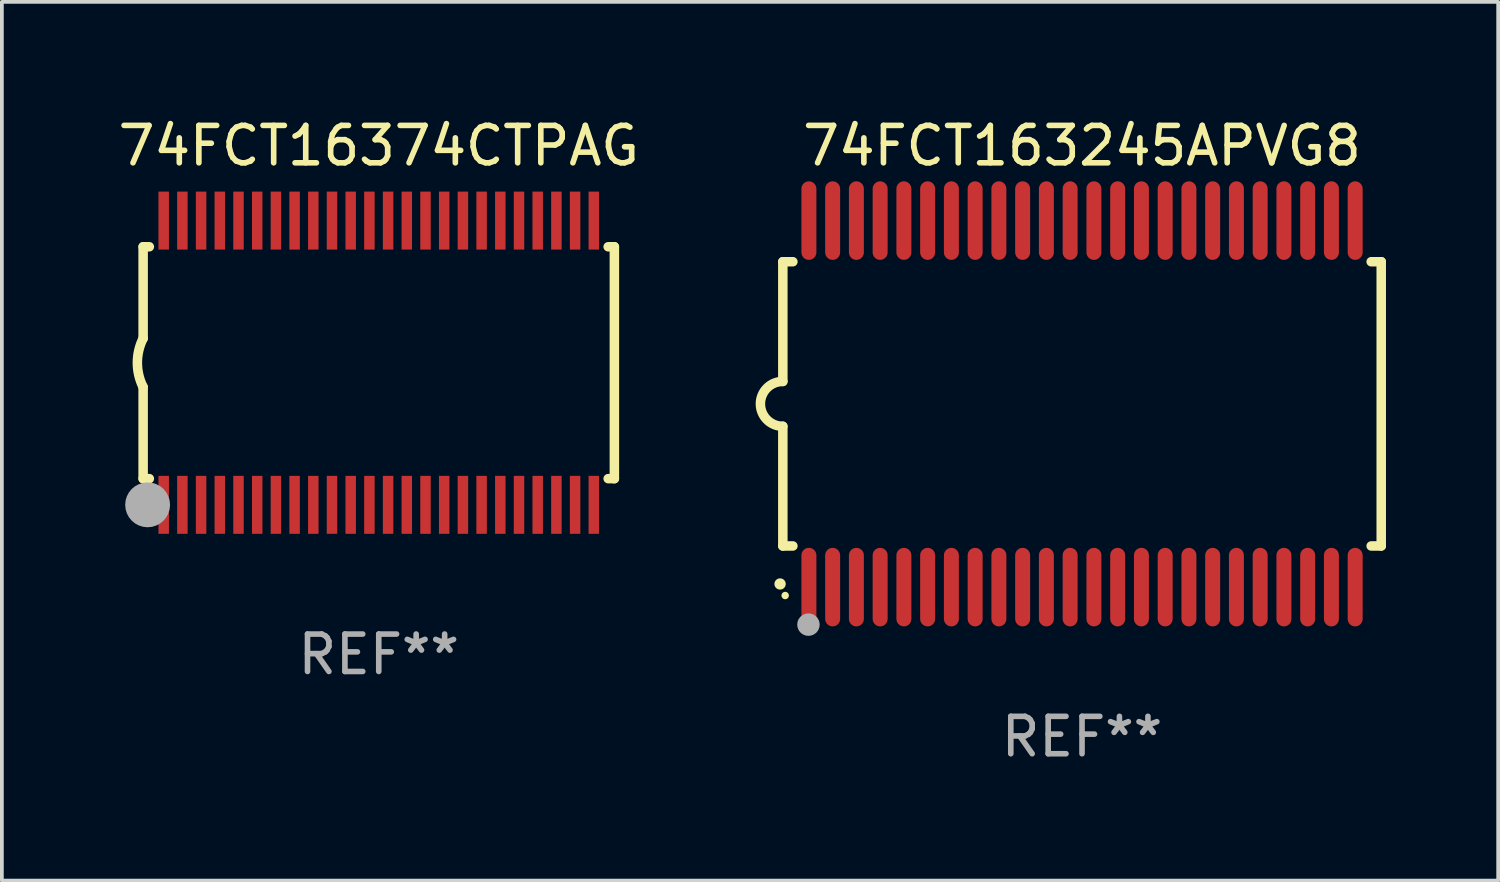
<source format=kicad_pcb>
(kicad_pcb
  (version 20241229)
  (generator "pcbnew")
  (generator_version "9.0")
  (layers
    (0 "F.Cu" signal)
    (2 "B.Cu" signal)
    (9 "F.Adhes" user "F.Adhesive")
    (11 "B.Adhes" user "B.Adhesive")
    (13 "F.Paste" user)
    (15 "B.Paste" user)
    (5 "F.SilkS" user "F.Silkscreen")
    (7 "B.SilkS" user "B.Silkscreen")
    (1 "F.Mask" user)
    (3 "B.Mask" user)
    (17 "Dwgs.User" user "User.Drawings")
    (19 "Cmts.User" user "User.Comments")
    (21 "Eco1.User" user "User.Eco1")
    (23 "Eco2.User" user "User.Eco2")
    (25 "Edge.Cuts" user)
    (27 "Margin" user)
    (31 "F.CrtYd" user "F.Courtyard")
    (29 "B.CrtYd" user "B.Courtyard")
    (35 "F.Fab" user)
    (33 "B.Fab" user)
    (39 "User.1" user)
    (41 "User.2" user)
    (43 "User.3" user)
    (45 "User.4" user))
  (footprint "74FCT163245APVG8"
    (layer "F.Cu")
    (at 25.881 7.748)
    (property "Reference" "74FCT163245APVG8" (at 0 -6.9 0) (layer "F.SilkS") (effects (font (size 1 1) (thickness 0.15))))
    (attr through_hole)
    (fp_line (start -8 -3.8) (end -8 -0.599) (stroke (width 0.254) (type solid)) (layer "F.SilkS"))
    (fp_line (start -8 -3.8) (end -7.731 -3.8) (stroke (width 0.254) (type solid)) (layer "F.SilkS"))
    (fp_line (start -8 3.8) (end -8 0.599) (stroke (width 0.254) (type solid)) (layer "F.SilkS"))
    (fp_line (start -7.731 3.8) (end -8 3.8) (stroke (width 0.254) (type solid)) (layer "F.SilkS"))
    (fp_line (start 7.731 -3.8) (end 8 -3.8) (stroke (width 0.254) (type solid)) (layer "F.SilkS"))
    (fp_line (start 8 -3.8) (end 8 3.8) (stroke (width 0.254) (type solid)) (layer "F.SilkS"))
    (fp_line (start 8 3.8) (end 7.731 3.8) (stroke (width 0.254) (type solid)) (layer "F.SilkS"))
    (fp_arc (start -8.074676 4.81585) (mid -8.073406 4.815845) (end -8.072136 4.81585) (stroke (width 0.3) (type solid)) (layer "F.SilkS"))
    (fp_arc (start -8.000025 0.6) (mid -8.598908 0.00056) (end -8.000027 -0.598882) (stroke (width 0.254001) (type solid)) (layer "F.SilkS"))
    (fp_circle (center -7.937 5.125) (end -7.887 5.125) (stroke (width 0.1) (type solid)) (fill no) (layer "F.SilkS"))
    (fp_circle (center -7.315 5.903) (end -7.165 5.903) (stroke (width 0.3) (type solid)) (fill no) (layer "F.Fab"))
    (fp_text user "REF**" (at 0 8.9 0) (layer "F.Fab") (effects (font (size 1 1) (thickness 0.15))))
    (pad "1" smd oval (at -7.303 4.9) (size 0.4 2.1) (layers "F.Cu" "F.Mask" "F.Paste"))
    (pad "2" smd oval (at -6.668 4.9) (size 0.4 2.1) (layers "F.Cu" "F.Mask" "F.Paste"))
    (pad "3" smd oval (at -6.033 4.9) (size 0.4 2.1) (layers "F.Cu" "F.Mask" "F.Paste"))
    (pad "4" smd oval (at -5.398 4.9) (size 0.4 2.1) (layers "F.Cu" "F.Mask" "F.Paste"))
    (pad "5" smd oval (at -4.763 4.9) (size 0.4 2.1) (layers "F.Cu" "F.Mask" "F.Paste"))
    (pad "6" smd oval (at -4.128 4.9) (size 0.4 2.1) (layers "F.Cu" "F.Mask" "F.Paste"))
    (pad "7" smd oval (at -3.493 4.9) (size 0.4 2.1) (layers "F.Cu" "F.Mask" "F.Paste"))
    (pad "8" smd oval (at -2.858 4.9) (size 0.4 2.1) (layers "F.Cu" "F.Mask" "F.Paste"))
    (pad "9" smd oval (at -2.223 4.9) (size 0.4 2.1) (layers "F.Cu" "F.Mask" "F.Paste"))
    (pad "10" smd oval (at -1.588 4.9) (size 0.4 2.1) (layers "F.Cu" "F.Mask" "F.Paste"))
    (pad "11" smd oval (at -0.953 4.9) (size 0.4 2.1) (layers "F.Cu" "F.Mask" "F.Paste"))
    (pad "12" smd oval (at -0.318 4.9) (size 0.4 2.1) (layers "F.Cu" "F.Mask" "F.Paste"))
    (pad "13" smd oval (at 0.318 4.9) (size 0.4 2.1) (layers "F.Cu" "F.Mask" "F.Paste"))
    (pad "14" smd oval (at 0.953 4.9) (size 0.4 2.1) (layers "F.Cu" "F.Mask" "F.Paste"))
    (pad "15" smd oval (at 1.588 4.9) (size 0.4 2.1) (layers "F.Cu" "F.Mask" "F.Paste"))
    (pad "16" smd oval (at 2.223 4.9) (size 0.4 2.1) (layers "F.Cu" "F.Mask" "F.Paste"))
    (pad "17" smd oval (at 2.858 4.9) (size 0.4 2.1) (layers "F.Cu" "F.Mask" "F.Paste"))
    (pad "18" smd oval (at 3.493 4.9) (size 0.4 2.1) (layers "F.Cu" "F.Mask" "F.Paste"))
    (pad "19" smd oval (at 4.128 4.9) (size 0.4 2.1) (layers "F.Cu" "F.Mask" "F.Paste"))
    (pad "20" smd oval (at 4.763 4.9) (size 0.4 2.1) (layers "F.Cu" "F.Mask" "F.Paste"))
    (pad "21" smd oval (at 5.398 4.9) (size 0.4 2.1) (layers "F.Cu" "F.Mask" "F.Paste"))
    (pad "22" smd oval (at 6.033 4.9) (size 0.4 2.1) (layers "F.Cu" "F.Mask" "F.Paste"))
    (pad "23" smd oval (at 6.668 4.9) (size 0.4 2.1) (layers "F.Cu" "F.Mask" "F.Paste"))
    (pad "24" smd oval (at 7.303 4.9) (size 0.4 2.1) (layers "F.Cu" "F.Mask" "F.Paste"))
    (pad "25" smd oval (at 7.303 -4.9 180) (size 0.4 2.1) (layers "F.Cu" "F.Mask" "F.Paste"))
    (pad "26" smd oval (at 6.668 -4.9 180) (size 0.4 2.1) (layers "F.Cu" "F.Mask" "F.Paste"))
    (pad "27" smd oval (at 6.033 -4.9 180) (size 0.4 2.1) (layers "F.Cu" "F.Mask" "F.Paste"))
    (pad "28" smd oval (at 5.398 -4.9 180) (size 0.4 2.1) (layers "F.Cu" "F.Mask" "F.Paste"))
    (pad "29" smd oval (at 4.763 -4.9 180) (size 0.4 2.1) (layers "F.Cu" "F.Mask" "F.Paste"))
    (pad "30" smd oval (at 4.128 -4.9 180) (size 0.4 2.1) (layers "F.Cu" "F.Mask" "F.Paste"))
    (pad "31" smd oval (at 3.493 -4.9 180) (size 0.4 2.1) (layers "F.Cu" "F.Mask" "F.Paste"))
    (pad "32" smd oval (at 2.858 -4.9 180) (size 0.4 2.1) (layers "F.Cu" "F.Mask" "F.Paste"))
    (pad "33" smd oval (at 2.223 -4.9 180) (size 0.4 2.1) (layers "F.Cu" "F.Mask" "F.Paste"))
    (pad "34" smd oval (at 1.588 -4.9 180) (size 0.4 2.1) (layers "F.Cu" "F.Mask" "F.Paste"))
    (pad "35" smd oval (at 0.953 -4.9 180) (size 0.4 2.1) (layers "F.Cu" "F.Mask" "F.Paste"))
    (pad "36" smd oval (at 0.318 -4.9 180) (size 0.4 2.1) (layers "F.Cu" "F.Mask" "F.Paste"))
    (pad "37" smd oval (at -0.318 -4.9 180) (size 0.4 2.1) (layers "F.Cu" "F.Mask" "F.Paste"))
    (pad "38" smd oval (at -0.953 -4.9 180) (size 0.4 2.1) (layers "F.Cu" "F.Mask" "F.Paste"))
    (pad "39" smd oval (at -1.588 -4.9 180) (size 0.4 2.1) (layers "F.Cu" "F.Mask" "F.Paste"))
    (pad "40" smd oval (at -2.223 -4.9 180) (size 0.4 2.1) (layers "F.Cu" "F.Mask" "F.Paste"))
    (pad "41" smd oval (at -2.858 -4.9 180) (size 0.4 2.1) (layers "F.Cu" "F.Mask" "F.Paste"))
    (pad "42" smd oval (at -3.493 -4.9 180) (size 0.4 2.1) (layers "F.Cu" "F.Mask" "F.Paste"))
    (pad "43" smd oval (at -4.128 -4.9 180) (size 0.4 2.1) (layers "F.Cu" "F.Mask" "F.Paste"))
    (pad "44" smd oval (at -4.763 -4.9 180) (size 0.4 2.1) (layers "F.Cu" "F.Mask" "F.Paste"))
    (pad "45" smd oval (at -5.398 -4.9 180) (size 0.4 2.1) (layers "F.Cu" "F.Mask" "F.Paste"))
    (pad "46" smd oval (at -6.033 -4.9 180) (size 0.4 2.1) (layers "F.Cu" "F.Mask" "F.Paste"))
    (pad "47" smd oval (at -6.668 -4.9 180) (size 0.4 2.1) (layers "F.Cu" "F.Mask" "F.Paste"))
    (pad "48" smd oval (at -7.303 -4.9 180) (size 0.4 2.1) (layers "F.Cu" "F.Mask" "F.Paste")))
  (footprint "74FCT16374CTPAG"
    (layer "F.Cu")
    (at 7.077 6.648)
    (property "Reference" "74FCT16374CTPAG" (at 0 -5.8 0) (layer "F.SilkS") (effects (font (size 1 1) (thickness 0.15))))
    (attr through_hole)
    (fp_line (start -6.3 -3.1) (end -6.3 -0.65) (stroke (width 0.254) (type solid)) (layer "F.SilkS"))
    (fp_line (start -6.3 -3.1) (end -6.134 -3.1) (stroke (width 0.254) (type solid)) (layer "F.SilkS"))
    (fp_line (start -6.3 3.1) (end -6.3 0.65) (stroke (width 0.254) (type solid)) (layer "F.SilkS"))
    (fp_line (start -6.3 3.1) (end -6.134 3.1) (stroke (width 0.254) (type solid)) (layer "F.SilkS"))
    (fp_line (start 6.134 -3.1) (end 6.3 -3.1) (stroke (width 0.254) (type solid)) (layer "F.SilkS"))
    (fp_line (start 6.134 3.1) (end 6.3 3.1) (stroke (width 0.254) (type solid)) (layer "F.SilkS"))
    (fp_line (start 6.3 -3.1) (end 6.3 3.1) (stroke (width 0.254) (type solid)) (layer "F.SilkS"))
    (fp_arc (start -6.301016 0.650114) (mid -6.45413 -0.000082) (end -6.3 -0.650038) (stroke (width 0.254001) (type solid)) (layer "F.SilkS"))
    (fp_circle (center -6.35 3.81) (end -6.223 3.81) (stroke (width 0.254) (type solid)) (fill no) (layer "F.SilkS"))
    (fp_circle (center -6.25 4.05) (end -6.22 4.05) (stroke (width 0.06) (type solid)) (fill no) (layer "F.SilkS"))
    (fp_circle (center -6.18 3.8) (end -5.88 3.8) (stroke (width 0.6) (type solid)) (fill no) (layer "F.Fab"))
    (fp_text user "REF**" (at 0 7.8 0) (layer "F.Fab") (effects (font (size 1 1) (thickness 0.15))))
    (pad "1" smd rect (at -5.75 3.8) (size 0.28 1.55) (layers "F.Cu" "F.Mask" "F.Paste"))
    (pad "2" smd rect (at -5.25 3.8) (size 0.28 1.55) (layers "F.Cu" "F.Mask" "F.Paste"))
    (pad "3" smd rect (at -4.75 3.8) (size 0.28 1.55) (layers "F.Cu" "F.Mask" "F.Paste"))
    (pad "4" smd rect (at -4.25 3.8) (size 0.28 1.55) (layers "F.Cu" "F.Mask" "F.Paste"))
    (pad "5" smd rect (at -3.75 3.8) (size 0.28 1.55) (layers "F.Cu" "F.Mask" "F.Paste"))
    (pad "6" smd rect (at -3.25 3.8) (size 0.28 1.55) (layers "F.Cu" "F.Mask" "F.Paste"))
    (pad "7" smd rect (at -2.75 3.8) (size 0.28 1.55) (layers "F.Cu" "F.Mask" "F.Paste"))
    (pad "8" smd rect (at -2.25 3.8) (size 0.28 1.55) (layers "F.Cu" "F.Mask" "F.Paste"))
    (pad "9" smd rect (at -1.75 3.8) (size 0.28 1.55) (layers "F.Cu" "F.Mask" "F.Paste"))
    (pad "10" smd rect (at -1.25 3.8) (size 0.28 1.55) (layers "F.Cu" "F.Mask" "F.Paste"))
    (pad "11" smd rect (at -0.75 3.8) (size 0.28 1.55) (layers "F.Cu" "F.Mask" "F.Paste"))
    (pad "12" smd rect (at -0.25 3.8) (size 0.28 1.55) (layers "F.Cu" "F.Mask" "F.Paste"))
    (pad "13" smd rect (at 0.25 3.8) (size 0.28 1.55) (layers "F.Cu" "F.Mask" "F.Paste"))
    (pad "14" smd rect (at 0.75 3.8) (size 0.28 1.55) (layers "F.Cu" "F.Mask" "F.Paste"))
    (pad "15" smd rect (at 1.25 3.8) (size 0.28 1.55) (layers "F.Cu" "F.Mask" "F.Paste"))
    (pad "16" smd rect (at 1.75 3.8) (size 0.28 1.55) (layers "F.Cu" "F.Mask" "F.Paste"))
    (pad "17" smd rect (at 2.25 3.8) (size 0.28 1.55) (layers "F.Cu" "F.Mask" "F.Paste"))
    (pad "18" smd rect (at 2.75 3.8) (size 0.28 1.55) (layers "F.Cu" "F.Mask" "F.Paste"))
    (pad "19" smd rect (at 3.25 3.8) (size 0.28 1.55) (layers "F.Cu" "F.Mask" "F.Paste"))
    (pad "20" smd rect (at 3.75 3.8) (size 0.28 1.55) (layers "F.Cu" "F.Mask" "F.Paste"))
    (pad "21" smd rect (at 4.25 3.8) (size 0.28 1.55) (layers "F.Cu" "F.Mask" "F.Paste"))
    (pad "22" smd rect (at 4.75 3.8) (size 0.28 1.55) (layers "F.Cu" "F.Mask" "F.Paste"))
    (pad "23" smd rect (at 5.25 3.8) (size 0.28 1.55) (layers "F.Cu" "F.Mask" "F.Paste"))
    (pad "24" smd rect (at 5.75 3.8) (size 0.28 1.55) (layers "F.Cu" "F.Mask" "F.Paste"))
    (pad "25" smd rect (at 5.75 -3.8) (size 0.28 1.55) (layers "F.Cu" "F.Mask" "F.Paste"))
    (pad "26" smd rect (at 5.25 -3.8) (size 0.28 1.55) (layers "F.Cu" "F.Mask" "F.Paste"))
    (pad "27" smd rect (at 4.75 -3.8) (size 0.28 1.55) (layers "F.Cu" "F.Mask" "F.Paste"))
    (pad "28" smd rect (at 4.25 -3.8) (size 0.28 1.55) (layers "F.Cu" "F.Mask" "F.Paste"))
    (pad "29" smd rect (at 3.75 -3.8) (size 0.28 1.55) (layers "F.Cu" "F.Mask" "F.Paste"))
    (pad "30" smd rect (at 3.25 -3.8) (size 0.28 1.55) (layers "F.Cu" "F.Mask" "F.Paste"))
    (pad "31" smd rect (at 2.75 -3.8) (size 0.28 1.55) (layers "F.Cu" "F.Mask" "F.Paste"))
    (pad "32" smd rect (at 2.25 -3.8) (size 0.28 1.55) (layers "F.Cu" "F.Mask" "F.Paste"))
    (pad "33" smd rect (at 1.75 -3.8) (size 0.28 1.55) (layers "F.Cu" "F.Mask" "F.Paste"))
    (pad "34" smd rect (at 1.25 -3.8) (size 0.28 1.55) (layers "F.Cu" "F.Mask" "F.Paste"))
    (pad "35" smd rect (at 0.75 -3.8) (size 0.28 1.55) (layers "F.Cu" "F.Mask" "F.Paste"))
    (pad "36" smd rect (at 0.25 -3.8) (size 0.28 1.55) (layers "F.Cu" "F.Mask" "F.Paste"))
    (pad "37" smd rect (at -0.25 -3.8) (size 0.28 1.55) (layers "F.Cu" "F.Mask" "F.Paste"))
    (pad "38" smd rect (at -0.75 -3.8) (size 0.28 1.55) (layers "F.Cu" "F.Mask" "F.Paste"))
    (pad "39" smd rect (at -1.25 -3.8) (size 0.28 1.55) (layers "F.Cu" "F.Mask" "F.Paste"))
    (pad "40" smd rect (at -1.75 -3.8) (size 0.28 1.55) (layers "F.Cu" "F.Mask" "F.Paste"))
    (pad "41" smd rect (at -2.25 -3.8) (size 0.28 1.55) (layers "F.Cu" "F.Mask" "F.Paste"))
    (pad "42" smd rect (at -2.75 -3.8) (size 0.28 1.55) (layers "F.Cu" "F.Mask" "F.Paste"))
    (pad "43" smd rect (at -3.25 -3.8) (size 0.28 1.55) (layers "F.Cu" "F.Mask" "F.Paste"))
    (pad "44" smd rect (at -3.75 -3.8) (size 0.28 1.55) (layers "F.Cu" "F.Mask" "F.Paste"))
    (pad "45" smd rect (at -4.25 -3.8) (size 0.28 1.55) (layers "F.Cu" "F.Mask" "F.Paste"))
    (pad "46" smd rect (at -4.75 -3.8) (size 0.28 1.55) (layers "F.Cu" "F.Mask" "F.Paste"))
    (pad "47" smd rect (at -5.25 -3.8) (size 0.28 1.55) (layers "F.Cu" "F.Mask" "F.Paste"))
    (pad "48" smd rect (at -5.75 -3.8) (size 0.28 1.55) (layers "F.Cu" "F.Mask" "F.Paste")))
  (gr_rect
    (start -3 -3)
    (end 37.008 20.496)
    (stroke (width 0.1) (type default))
    (fill no)
    (layer "Edge.Cuts")))
</source>
